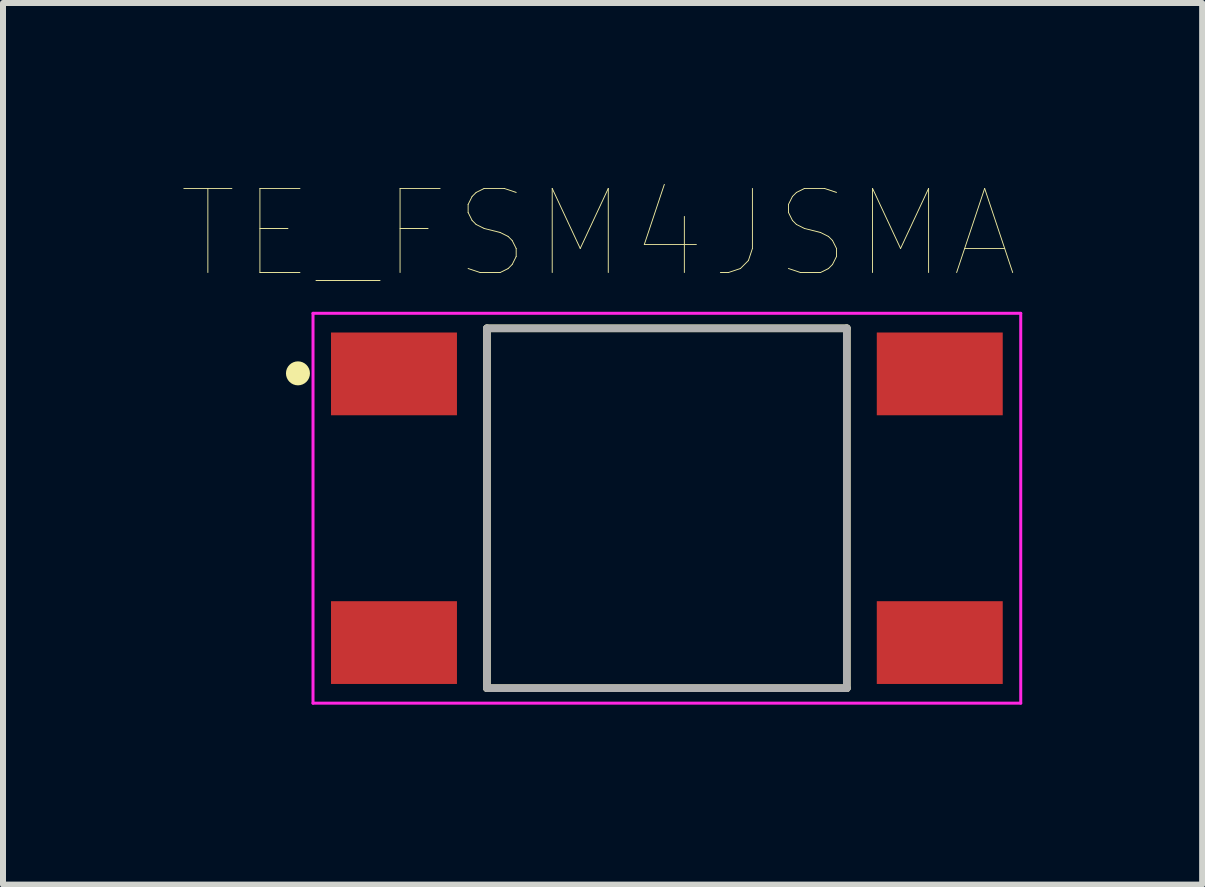
<source format=kicad_pcb>
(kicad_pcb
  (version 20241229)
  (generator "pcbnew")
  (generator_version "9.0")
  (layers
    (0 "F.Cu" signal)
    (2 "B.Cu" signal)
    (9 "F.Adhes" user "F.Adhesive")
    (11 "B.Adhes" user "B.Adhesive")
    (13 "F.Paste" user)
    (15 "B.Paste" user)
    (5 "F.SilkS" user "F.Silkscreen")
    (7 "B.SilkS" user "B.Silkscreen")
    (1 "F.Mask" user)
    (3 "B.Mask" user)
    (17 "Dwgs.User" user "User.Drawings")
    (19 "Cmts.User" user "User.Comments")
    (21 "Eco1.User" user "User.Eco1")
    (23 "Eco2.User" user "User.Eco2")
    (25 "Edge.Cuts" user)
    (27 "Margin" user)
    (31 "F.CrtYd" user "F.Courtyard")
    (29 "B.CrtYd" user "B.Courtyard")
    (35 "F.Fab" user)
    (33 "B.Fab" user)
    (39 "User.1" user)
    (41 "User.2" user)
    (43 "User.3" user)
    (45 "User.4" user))
  (footprint "TE_FSM4JSMA"
    (layer "F.Cu")
    (at 8.069 5.424)
    (property "Reference" "TE_FSM4JSMA" (at -1.144 -4.578 0) (layer "F.SilkS") (effects (font (size 1.402 1.402) (thickness 0.015))))
    (attr through_hole)
    (fp_line (start -3 -3) (end 3 -3) (stroke (width 0.127) (type solid)) (layer "F.SilkS"))
    (fp_line (start -3 3) (end -3 -3) (stroke (width 0.127) (type solid)) (layer "F.SilkS"))
    (fp_line (start 3 -3) (end 3 3) (stroke (width 0.127) (type solid)) (layer "F.SilkS"))
    (fp_line (start 3 3) (end -3 3) (stroke (width 0.127) (type solid)) (layer "F.SilkS"))
    (fp_circle (center -6.151 -2.249) (end -6.051 -2.249) (stroke (width 0.2) (type solid)) (fill no) (layer "F.SilkS"))
    (fp_line (start -5.9 -3.25) (end -5.9 3.25) (stroke (width 0.05) (type solid)) (layer "F.CrtYd"))
    (fp_line (start -5.9 3.25) (end 5.9 3.25) (stroke (width 0.05) (type solid)) (layer "F.CrtYd"))
    (fp_line (start 5.9 -3.25) (end -5.9 -3.25) (stroke (width 0.05) (type solid)) (layer "F.CrtYd"))
    (fp_line (start 5.9 3.25) (end 5.9 -3.25) (stroke (width 0.05) (type solid)) (layer "F.CrtYd"))
    (fp_line (start -3 -3) (end -3 3) (stroke (width 0.127) (type solid)) (layer "F.Fab"))
    (fp_line (start -3 3) (end 3 3) (stroke (width 0.127) (type solid)) (layer "F.Fab"))
    (fp_line (start 3 -3) (end -3 -3) (stroke (width 0.127) (type solid)) (layer "F.Fab"))
    (fp_line (start 3 3) (end 3 -3) (stroke (width 0.127) (type solid)) (layer "F.Fab"))
    (pad "1" smd rect (at -4.55 -2.24) (size 2.1 1.38) (layers "F.Cu" "F.Mask" "F.Paste"))
    (pad "2" smd rect (at 4.55 -2.24) (size 2.1 1.38) (layers "F.Cu" "F.Mask" "F.Paste"))
    (pad "3" smd rect (at -4.55 2.24) (size 2.1 1.38) (layers "F.Cu" "F.Mask" "F.Paste"))
    (pad "4" smd rect (at 4.55 2.24) (size 2.1 1.38) (layers "F.Cu" "F.Mask" "F.Paste")))
  (gr_rect
    (start -3 -3)
    (end 16.994 11.699)
    (stroke (width 0.1) (type default))
    (fill no)
    (layer "Edge.Cuts")))
</source>
